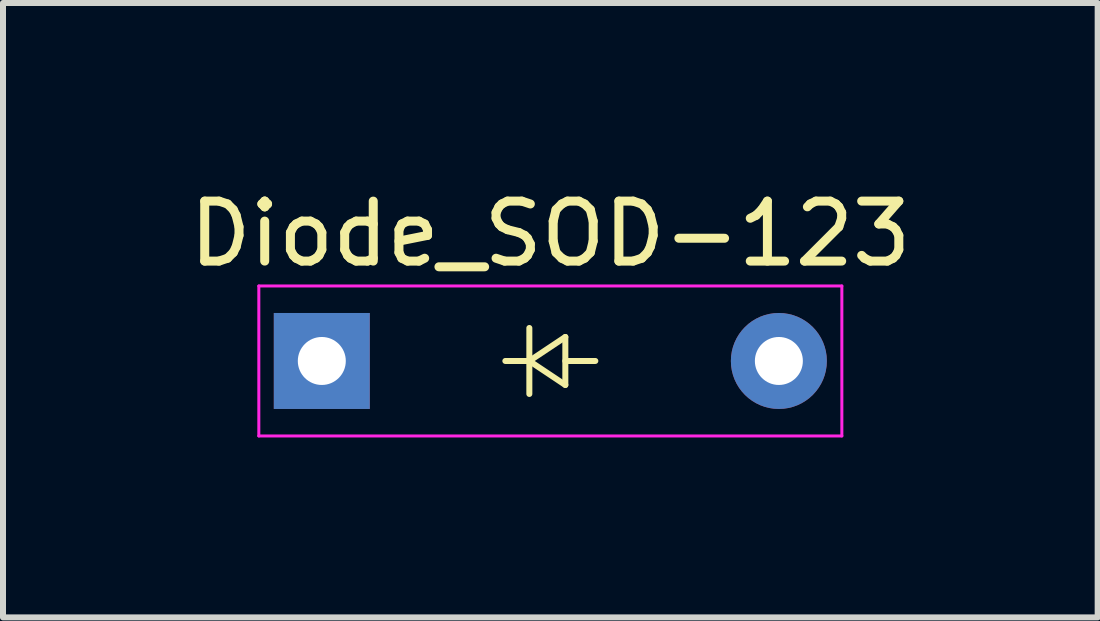
<source format=kicad_pcb>
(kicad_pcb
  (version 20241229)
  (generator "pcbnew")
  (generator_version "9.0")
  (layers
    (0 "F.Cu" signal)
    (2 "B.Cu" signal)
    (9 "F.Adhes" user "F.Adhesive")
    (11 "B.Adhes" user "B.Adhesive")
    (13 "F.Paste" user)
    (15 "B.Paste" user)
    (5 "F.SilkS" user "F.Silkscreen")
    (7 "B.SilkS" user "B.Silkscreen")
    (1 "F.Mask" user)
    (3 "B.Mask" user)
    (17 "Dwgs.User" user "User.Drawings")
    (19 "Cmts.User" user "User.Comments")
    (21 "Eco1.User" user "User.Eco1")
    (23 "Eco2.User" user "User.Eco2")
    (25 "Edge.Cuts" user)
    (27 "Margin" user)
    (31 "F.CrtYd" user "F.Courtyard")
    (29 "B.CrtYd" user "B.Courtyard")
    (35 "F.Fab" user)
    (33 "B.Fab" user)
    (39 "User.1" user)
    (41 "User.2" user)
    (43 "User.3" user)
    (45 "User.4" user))
  (footprint "Diode_SOD-123"
    (layer "F.Cu")
    (at 2.315 2.968)
    (property "Reference" "Diode_SOD-123" (at 3.81 -2.12 0) (layer "F.SilkS") (effects (font (size 1 1) (thickness 0.15))))
    (attr through_hole)
    (fp_line (start 3.06 0) (end 3.46 0) (stroke (width 0.1) (type solid)) (layer "F.SilkS"))
    (fp_line (start 3.46 -0.55) (end 3.46 0.55) (stroke (width 0.1) (type solid)) (layer "F.SilkS"))
    (fp_line (start 3.46 0) (end 4.06 -0.4) (stroke (width 0.1) (type solid)) (layer "F.SilkS"))
    (fp_line (start 4.06 -0.4) (end 4.06 0.4) (stroke (width 0.1) (type solid)) (layer "F.SilkS"))
    (fp_line (start 4.06 0) (end 4.56 0) (stroke (width 0.1) (type solid)) (layer "F.SilkS"))
    (fp_line (start 4.06 0.4) (end 3.46 0) (stroke (width 0.1) (type solid)) (layer "F.SilkS"))
    (fp_line (start -1.05 -1.25) (end -1.05 1.25) (stroke (width 0.05) (type solid)) (layer "F.CrtYd"))
    (fp_line (start -1.05 1.25) (end 8.67 1.25) (stroke (width 0.05) (type solid)) (layer "F.CrtYd"))
    (fp_line (start 8.67 -1.25) (end -1.05 -1.25) (stroke (width 0.05) (type solid)) (layer "F.CrtYd"))
    (fp_line (start 8.67 1.25) (end 8.67 -1.25) (stroke (width 0.05) (type solid)) (layer "F.CrtYd"))
    (pad "1" thru_hole rect (at 0 0) (size 1.6 1.6) (drill 0.8) (layers "*.Cu" "*.Mask"))
    (pad "2" thru_hole oval (at 7.62 0) (size 1.6 1.6) (drill 0.8) (layers "*.Cu" "*.Mask")))
  (gr_rect
    (start -3 -3)
    (end 15.25 7.243)
    (stroke (width 0.1) (type default))
    (fill no)
    (layer "Edge.Cuts")))
</source>
